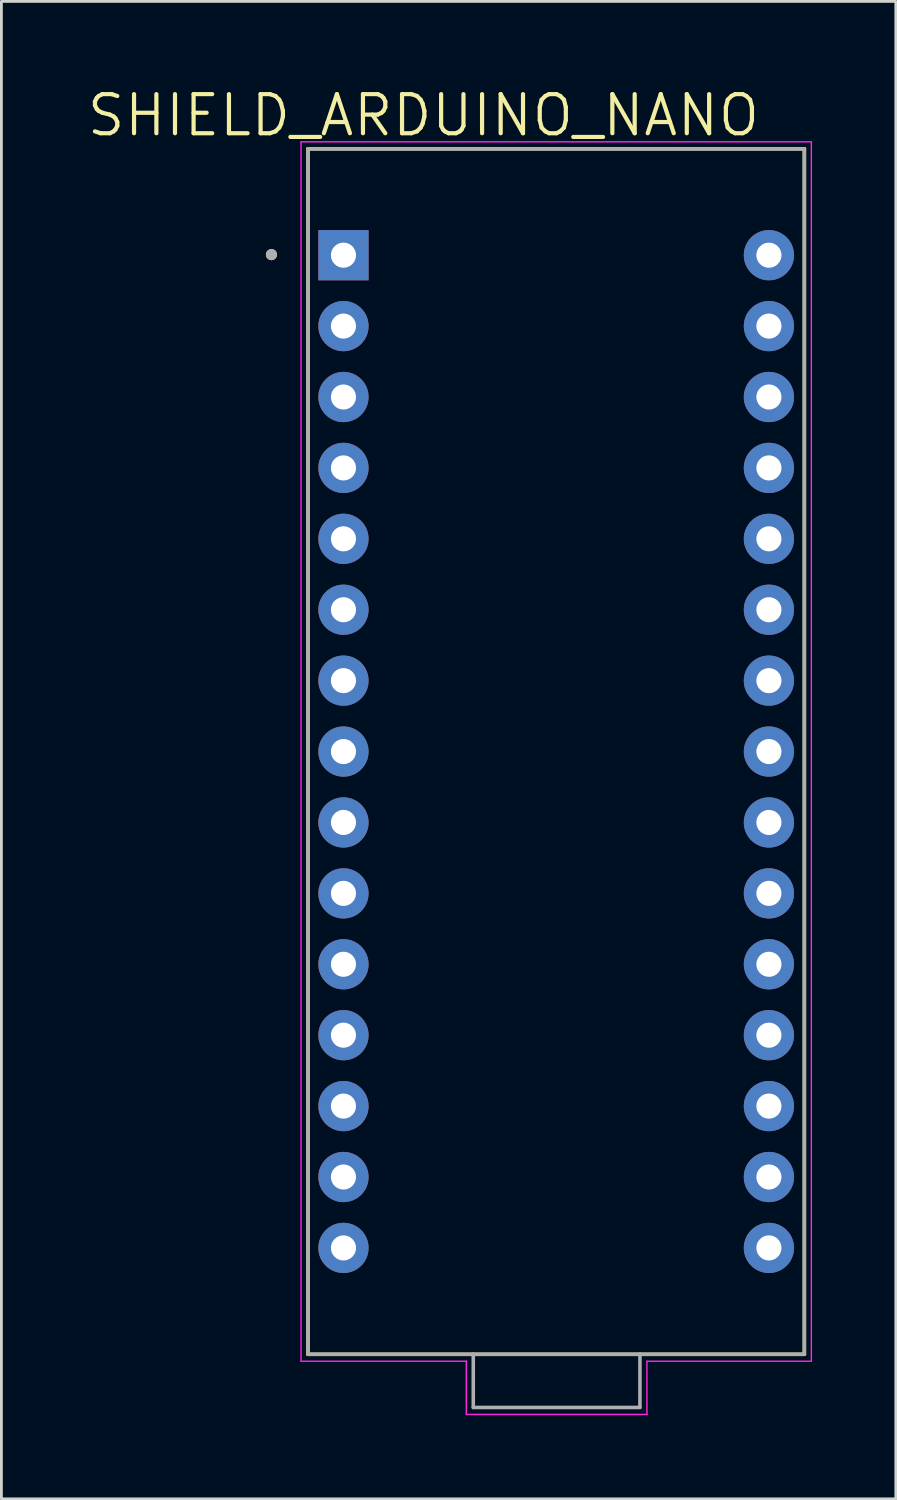
<source format=kicad_pcb>
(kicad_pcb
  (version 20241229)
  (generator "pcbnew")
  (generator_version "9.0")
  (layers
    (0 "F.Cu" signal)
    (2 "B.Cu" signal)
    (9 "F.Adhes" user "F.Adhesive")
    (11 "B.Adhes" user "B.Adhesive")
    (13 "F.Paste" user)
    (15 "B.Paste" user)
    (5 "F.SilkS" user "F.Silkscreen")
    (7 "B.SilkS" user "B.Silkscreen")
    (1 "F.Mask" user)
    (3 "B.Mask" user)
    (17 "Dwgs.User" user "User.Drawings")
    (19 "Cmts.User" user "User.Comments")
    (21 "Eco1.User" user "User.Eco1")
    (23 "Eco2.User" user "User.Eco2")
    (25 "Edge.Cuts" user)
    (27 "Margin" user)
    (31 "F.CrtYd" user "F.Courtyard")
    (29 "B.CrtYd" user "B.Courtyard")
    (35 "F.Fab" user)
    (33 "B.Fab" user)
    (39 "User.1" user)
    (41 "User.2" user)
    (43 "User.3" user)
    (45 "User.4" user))
  (footprint "SHIELD_ARDUINO_NANO"
    (layer "F.Cu")
    (at 16.873 23.871)
    (property "Reference" "SHIELD_ARDUINO_NANO" (at -4.755 -22.789 0) (layer "F.SilkS") (effects (font (size 1.4 1.4) (thickness 0.15))))
    (attr through_hole)
    (fp_line (start -8.89 -21.59) (end 8.89 -21.59) (stroke (width 0.127) (type solid)) (layer "F.SilkS"))
    (fp_line (start -8.89 21.59) (end -8.89 -21.59) (stroke (width 0.127) (type solid)) (layer "F.SilkS"))
    (fp_line (start 8.89 -21.59) (end 8.89 21.59) (stroke (width 0.127) (type solid)) (layer "F.SilkS"))
    (fp_line (start 8.89 21.59) (end -8.89 21.59) (stroke (width 0.127) (type solid)) (layer "F.SilkS"))
    (fp_circle (center -10.2 -17.8) (end -10.1 -17.8) (stroke (width 0.2) (type solid)) (fill no) (layer "F.SilkS"))
    (fp_line (start -9.14 -21.84) (end 9.14 -21.84) (stroke (width 0.05) (type solid)) (layer "F.CrtYd"))
    (fp_line (start -9.14 21.84) (end -9.14 -21.84) (stroke (width 0.05) (type solid)) (layer "F.CrtYd"))
    (fp_line (start -9.14 21.84) (end -3.22 21.84) (stroke (width 0.05) (type solid)) (layer "F.CrtYd"))
    (fp_line (start -3.22 21.84) (end -3.22 23.745) (stroke (width 0.05) (type solid)) (layer "F.CrtYd"))
    (fp_line (start -3.22 23.745) (end 3.25 23.745) (stroke (width 0.05) (type solid)) (layer "F.CrtYd"))
    (fp_line (start 3.25 21.84) (end 9.14 21.84) (stroke (width 0.05) (type solid)) (layer "F.CrtYd"))
    (fp_line (start 3.25 23.745) (end 3.25 21.84) (stroke (width 0.05) (type solid)) (layer "F.CrtYd"))
    (fp_line (start 9.14 -21.84) (end 9.14 21.84) (stroke (width 0.05) (type solid)) (layer "F.CrtYd"))
    (fp_line (start -8.89 -21.59) (end 8.89 -21.59) (stroke (width 0.127) (type solid)) (layer "F.Fab"))
    (fp_line (start -8.89 21.59) (end -8.89 -21.59) (stroke (width 0.127) (type solid)) (layer "F.Fab"))
    (fp_line (start -2.97 21.59) (end -8.89 21.59) (stroke (width 0.127) (type solid)) (layer "F.Fab"))
    (fp_line (start -2.97 21.59) (end -2.97 23.495) (stroke (width 0.127) (type solid)) (layer "F.Fab"))
    (fp_line (start -2.97 23.495) (end 3 23.495) (stroke (width 0.127) (type solid)) (layer "F.Fab"))
    (fp_line (start 3 21.59) (end -2.97 21.59) (stroke (width 0.127) (type solid)) (layer "F.Fab"))
    (fp_line (start 3 23.495) (end 3 21.59) (stroke (width 0.127) (type solid)) (layer "F.Fab"))
    (fp_line (start 8.89 -21.59) (end 8.89 21.59) (stroke (width 0.127) (type solid)) (layer "F.Fab"))
    (fp_line (start 8.89 21.59) (end 3 21.59) (stroke (width 0.127) (type solid)) (layer "F.Fab"))
    (fp_circle (center -10.2 -17.8) (end -10.1 -17.8) (stroke (width 0.2) (type solid)) (fill no) (layer "F.Fab"))
    (pad "1" thru_hole rect (at -7.62 -17.78) (size 1.8 1.8) (drill 0.9) (layers "*.Cu" "*.Mask"))
    (pad "2" thru_hole circle (at -7.62 -15.24) (size 1.8 1.8) (drill 0.9) (layers "*.Cu" "*.Mask"))
    (pad "3" thru_hole circle (at -7.62 -12.7) (size 1.8 1.8) (drill 0.9) (layers "*.Cu" "*.Mask"))
    (pad "4" thru_hole circle (at -7.62 -10.16) (size 1.8 1.8) (drill 0.9) (layers "*.Cu" "*.Mask"))
    (pad "5" thru_hole circle (at -7.62 -7.62) (size 1.8 1.8) (drill 0.9) (layers "*.Cu" "*.Mask"))
    (pad "6" thru_hole circle (at -7.62 -5.08) (size 1.8 1.8) (drill 0.9) (layers "*.Cu" "*.Mask"))
    (pad "7" thru_hole circle (at -7.62 -2.54) (size 1.8 1.8) (drill 0.9) (layers "*.Cu" "*.Mask"))
    (pad "8" thru_hole circle (at -7.62 0) (size 1.8 1.8) (drill 0.9) (layers "*.Cu" "*.Mask"))
    (pad "9" thru_hole circle (at -7.62 2.54) (size 1.8 1.8) (drill 0.9) (layers "*.Cu" "*.Mask"))
    (pad "10" thru_hole circle (at -7.62 5.08) (size 1.8 1.8) (drill 0.9) (layers "*.Cu" "*.Mask"))
    (pad "11" thru_hole circle (at -7.62 7.62) (size 1.8 1.8) (drill 0.9) (layers "*.Cu" "*.Mask"))
    (pad "12" thru_hole circle (at -7.62 10.16) (size 1.8 1.8) (drill 0.9) (layers "*.Cu" "*.Mask"))
    (pad "13" thru_hole circle (at -7.62 12.7) (size 1.8 1.8) (drill 0.9) (layers "*.Cu" "*.Mask"))
    (pad "14" thru_hole circle (at -7.62 15.24) (size 1.8 1.8) (drill 0.9) (layers "*.Cu" "*.Mask"))
    (pad "15" thru_hole circle (at -7.62 17.78) (size 1.8 1.8) (drill 0.9) (layers "*.Cu" "*.Mask"))
    (pad "16" thru_hole circle (at 7.62 17.78) (size 1.8 1.8) (drill 0.9) (layers "*.Cu" "*.Mask"))
    (pad "17" thru_hole circle (at 7.62 15.24) (size 1.8 1.8) (drill 0.9) (layers "*.Cu" "*.Mask"))
    (pad "18" thru_hole circle (at 7.62 12.7) (size 1.8 1.8) (drill 0.9) (layers "*.Cu" "*.Mask"))
    (pad "19" thru_hole circle (at 7.62 10.16) (size 1.8 1.8) (drill 0.9) (layers "*.Cu" "*.Mask"))
    (pad "20" thru_hole circle (at 7.62 7.62) (size 1.8 1.8) (drill 0.9) (layers "*.Cu" "*.Mask"))
    (pad "21" thru_hole circle (at 7.62 5.08) (size 1.8 1.8) (drill 0.9) (layers "*.Cu" "*.Mask"))
    (pad "22" thru_hole circle (at 7.62 2.54) (size 1.8 1.8) (drill 0.9) (layers "*.Cu" "*.Mask"))
    (pad "23" thru_hole circle (at 7.62 0) (size 1.8 1.8) (drill 0.9) (layers "*.Cu" "*.Mask"))
    (pad "24" thru_hole circle (at 7.62 -2.54) (size 1.8 1.8) (drill 0.9) (layers "*.Cu" "*.Mask"))
    (pad "25" thru_hole circle (at 7.62 -5.08) (size 1.8 1.8) (drill 0.9) (layers "*.Cu" "*.Mask"))
    (pad "26" thru_hole circle (at 7.62 -7.62) (size 1.8 1.8) (drill 0.9) (layers "*.Cu" "*.Mask"))
    (pad "27" thru_hole circle (at 7.62 -10.16) (size 1.8 1.8) (drill 0.9) (layers "*.Cu" "*.Mask"))
    (pad "28" thru_hole circle (at 7.62 -12.7) (size 1.8 1.8) (drill 0.9) (layers "*.Cu" "*.Mask"))
    (pad "29" thru_hole circle (at 7.62 -15.24) (size 1.8 1.8) (drill 0.9) (layers "*.Cu" "*.Mask"))
    (pad "30" thru_hole circle (at 7.62 -17.78) (size 1.8 1.8) (drill 0.9) (layers "*.Cu" "*.Mask")))
  (gr_rect
    (start -3 -3)
    (end 29.038 50.641)
    (stroke (width 0.1) (type default))
    (fill no)
    (layer "Edge.Cuts")))
</source>
